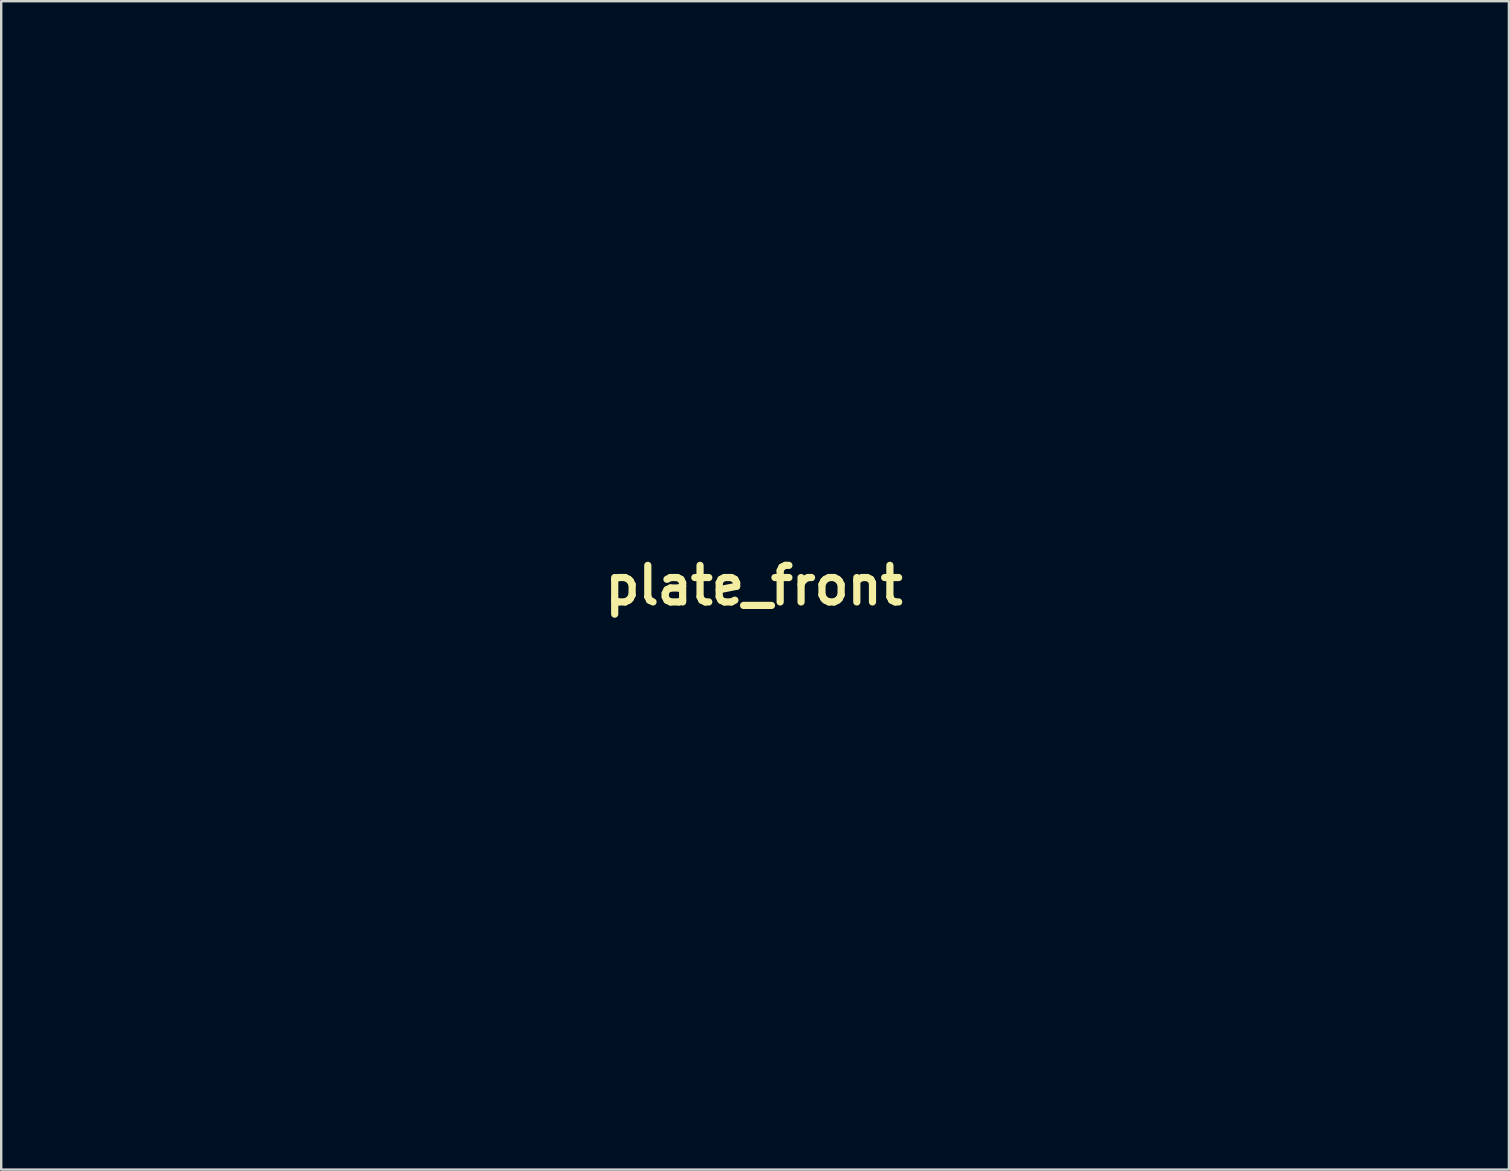
<source format=kicad_pcb>
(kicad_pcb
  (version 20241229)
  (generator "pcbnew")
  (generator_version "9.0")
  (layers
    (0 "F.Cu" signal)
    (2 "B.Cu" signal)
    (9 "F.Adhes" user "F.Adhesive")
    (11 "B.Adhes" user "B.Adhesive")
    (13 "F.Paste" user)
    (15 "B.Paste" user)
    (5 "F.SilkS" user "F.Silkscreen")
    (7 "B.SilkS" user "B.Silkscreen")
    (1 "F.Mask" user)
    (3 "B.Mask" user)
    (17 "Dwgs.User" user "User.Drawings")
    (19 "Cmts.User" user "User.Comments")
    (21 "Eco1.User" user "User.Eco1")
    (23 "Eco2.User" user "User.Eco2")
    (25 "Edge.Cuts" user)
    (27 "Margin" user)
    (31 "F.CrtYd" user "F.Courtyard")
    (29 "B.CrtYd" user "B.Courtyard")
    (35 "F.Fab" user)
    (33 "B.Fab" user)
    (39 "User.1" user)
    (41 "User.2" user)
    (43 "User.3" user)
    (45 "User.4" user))
  (footprint "plate_front"
    (layer "F.Cu")
    (at 28.368 21.341)
    (property "Reference" "plate_front" (at 0 0 0) (layer "F.SilkS") (effects (font (size 1.524 1.524) (thickness 0.3))))
    (attr through_hole)
    (fp_poly (pts (xy -19.643 4.106) (xy -19.685 4.149) (xy -19.727 4.106) (xy -19.685 4.064) (xy -19.643 4.106)) (stroke (width 0.01) (type solid)) (fill yes) (layer "F.Mask"))
    (fp_poly (pts (xy 4.252 -12.159) (xy 4.518 -12.07) (xy 4.64 -11.959) (xy 4.617 -11.854) (xy 4.448 -11.783) (xy 4.271 -11.769) (xy 4.073 -11.785) (xy 3.993 -11.858) (xy 3.979 -11.991) (xy 3.995 -12.14) (xy 4.077 -12.183) (xy 4.252 -12.159)) (stroke (width 0.01) (type solid)) (fill yes) (layer "F.Mask"))
    (fp_poly (pts (xy 4.531 -14.781) (xy 4.643 -14.693) (xy 4.61 -14.582) (xy 4.432 -14.477) (xy 4.252 -14.427) (xy 4.066 -14.402) (xy 3.992 -14.454) (xy 3.979 -14.594) (xy 4 -14.745) (xy 4.097 -14.806) (xy 4.271 -14.817) (xy 4.531 -14.781)) (stroke (width 0.01) (type solid)) (fill yes) (layer "F.Mask"))
    (fp_poly (pts (xy 4.297 -17.425) (xy 4.534 -17.375) (xy 4.614 -17.275) (xy 4.614 -17.272) (xy 4.538 -17.171) (xy 4.304 -17.119) (xy 4.297 -17.119) (xy 4.087 -17.114) (xy 3.997 -17.163) (xy 3.979 -17.272) (xy 4.002 -17.389) (xy 4.102 -17.431) (xy 4.297 -17.425)) (stroke (width 0.01) (type solid)) (fill yes) (layer "F.Mask"))
    (fp_poly (pts (xy 7.121 -14.385) (xy 7.237 -14.15) (xy 7.26 -14.026) (xy 7.18 -13.978) (xy 7.027 -13.97) (xy 6.849 -13.991) (xy 6.773 -14.041) (xy 6.773 -14.042) (xy 6.799 -14.165) (xy 6.862 -14.368) (xy 6.871 -14.393) (xy 6.968 -14.672) (xy 7.121 -14.385)) (stroke (width 0.01) (type solid)) (fill yes) (layer "F.Mask"))
    (fp_poly (pts (xy -19.418 -12.91) (xy -19.257 -12.832) (xy -19.15 -12.685) (xy -19.19 -12.541) (xy -19.357 -12.428) (xy -19.588 -12.377) (xy -19.791 -12.37) (xy -19.877 -12.426) (xy -19.896 -12.59) (xy -19.897 -12.653) (xy -19.883 -12.854) (xy -19.814 -12.938) (xy -19.659 -12.954) (xy -19.418 -12.91)) (stroke (width 0.01) (type solid)) (fill yes) (layer "F.Mask"))
    (fp_poly (pts (xy 4.508 -16.726) (xy 4.704 -16.637) (xy 4.818 -16.535) (xy 4.797 -16.46) (xy 4.704 -16.383) (xy 4.503 -16.293) (xy 4.259 -16.256) (xy 4.068 -16.272) (xy 3.992 -16.353) (xy 3.979 -16.51) (xy 3.997 -16.684) (xy 4.086 -16.753) (xy 4.259 -16.764) (xy 4.508 -16.726)) (stroke (width 0.01) (type solid)) (fill yes) (layer "F.Mask"))
    (fp_poly (pts (xy 4.508 -11.392) (xy 4.704 -11.303) (xy 4.818 -11.201) (xy 4.797 -11.126) (xy 4.704 -11.049) (xy 4.503 -10.959) (xy 4.259 -10.922) (xy 4.068 -10.938) (xy 3.992 -11.019) (xy 3.979 -11.176) (xy 3.997 -11.35) (xy 4.086 -11.419) (xy 4.259 -11.43) (xy 4.508 -11.392)) (stroke (width 0.01) (type solid)) (fill yes) (layer "F.Mask"))
    (fp_poly (pts (xy 7.037 -17.213) (xy 7.123 -17.074) (xy 7.213 -16.904) (xy 7.273 -16.764) (xy 7.281 -16.726) (xy 7.207 -16.695) (xy 7.023 -16.68) (xy 6.983 -16.679) (xy 6.684 -16.679) (xy 6.824 -16.954) (xy 6.923 -17.143) (xy 6.985 -17.252) (xy 6.99 -17.259) (xy 7.037 -17.213)) (stroke (width 0.01) (type solid)) (fill yes) (layer "F.Mask"))
    (fp_poly (pts (xy 7.037 -11.879) (xy 7.123 -11.74) (xy 7.213 -11.57) (xy 7.273 -11.43) (xy 7.281 -11.392) (xy 7.207 -11.361) (xy 7.023 -11.346) (xy 6.983 -11.345) (xy 6.684 -11.345) (xy 6.824 -11.62) (xy 6.923 -11.809) (xy 6.985 -11.918) (xy 6.99 -11.925) (xy 7.037 -11.879)) (stroke (width 0.01) (type solid)) (fill yes) (layer "F.Mask"))
    (fp_poly (pts (xy 9.715 -14.801) (xy 9.964 -14.735) (xy 10.077 -14.615) (xy 10.06 -14.479) (xy 9.921 -14.365) (xy 9.665 -14.311) (xy 9.631 -14.31) (xy 9.467 -14.332) (xy 9.405 -14.435) (xy 9.398 -14.568) (xy 9.41 -14.736) (xy 9.481 -14.803) (xy 9.659 -14.805) (xy 9.715 -14.801)) (stroke (width 0.01) (type solid)) (fill yes) (layer "F.Mask"))
    (fp_poly (pts (xy 4.595 -14.036) (xy 4.757 -13.99) (xy 4.786 -13.966) (xy 4.794 -13.829) (xy 4.668 -13.712) (xy 4.445 -13.641) (xy 4.308 -13.631) (xy 4.094 -13.644) (xy 4 -13.702) (xy 3.979 -13.836) (xy 3.979 -13.843) (xy 3.995 -13.974) (xy 4.074 -14.036) (xy 4.261 -14.054) (xy 4.355 -14.055) (xy 4.595 -14.036)) (stroke (width 0.01) (type solid)) (fill yes) (layer "F.Mask"))
    (fp_poly (pts (xy 9.663 -12.16) (xy 9.872 -12.123) (xy 10.007 -12.107) (xy 10.007 -12.107) (xy 10.059 -12.037) (xy 10.06 -11.917) (xy 10.006 -11.784) (xy 9.861 -11.719) (xy 9.716 -11.7) (xy 9.508 -11.693) (xy 9.419 -11.743) (xy 9.398 -11.89) (xy 9.398 -11.943) (xy 9.411 -12.127) (xy 9.485 -12.184) (xy 9.663 -12.16)) (stroke (width 0.01) (type solid)) (fill yes) (layer "F.Mask"))
    (fp_poly (pts (xy 9.961 -17.431) (xy 10.054 -17.383) (xy 10.063 -17.272) (xy 10.06 -17.251) (xy 10.006 -17.118) (xy 9.861 -17.053) (xy 9.716 -17.034) (xy 9.508 -17.028) (xy 9.418 -17.077) (xy 9.398 -17.21) (xy 9.398 -17.225) (xy 9.415 -17.363) (xy 9.499 -17.425) (xy 9.696 -17.441) (xy 9.743 -17.441) (xy 9.961 -17.431)) (stroke (width 0.01) (type solid)) (fill yes) (layer "F.Mask"))
    (fp_poly (pts (xy -25.434 -15.853) (xy -25.256 -15.642) (xy -25.161 -15.34) (xy -25.152 -15.005) (xy -25.233 -14.696) (xy -25.354 -14.516) (xy -25.605 -14.342) (xy -25.853 -14.334) (xy -26.079 -14.462) (xy -26.24 -14.689) (xy -26.317 -15.002) (xy -26.307 -15.336) (xy -26.204 -15.628) (xy -26.164 -15.684) (xy -25.941 -15.861) (xy -25.676 -15.922) (xy -25.434 -15.853)) (stroke (width 0.01) (type solid)) (fill yes) (layer "F.Mask"))
    (fp_poly (pts (xy -22.001 -12.729) (xy -21.963 -12.691) (xy -21.842 -12.457) (xy -21.794 -12.146) (xy -21.816 -11.821) (xy -21.906 -11.546) (xy -22.006 -11.419) (xy -22.267 -11.279) (xy -22.514 -11.305) (xy -22.737 -11.468) (xy -22.888 -11.719) (xy -22.954 -12.041) (xy -22.934 -12.37) (xy -22.825 -12.641) (xy -22.775 -12.7) (xy -22.529 -12.842) (xy -22.249 -12.851) (xy -22.001 -12.729)) (stroke (width 0.01) (type solid)) (fill yes) (layer "F.Mask"))
    (fp_poly (pts (xy 7.053 11.587) (xy 7.175 11.74) (xy 7.347 12.028) (xy 7.568 12.416) (xy 7.963 13.106) (xy 8.983 13.212) (xy 10.003 13.319) (xy 9.246 14.089) (xy 8.488 14.859) (xy 8.722 15.769) (xy 8.812 16.133) (xy 8.88 16.428) (xy 8.918 16.62) (xy 8.92 16.679) (xy 8.836 16.642) (xy 8.634 16.541) (xy 8.346 16.392) (xy 8.046 16.235) (xy 7.661 16.037) (xy 7.393 15.915) (xy 7.215 15.861) (xy 7.098 15.863) (xy 7.053 15.882) (xy 6.917 15.963) (xy 6.675 16.106) (xy 6.366 16.288) (xy 6.156 16.412) (xy 5.411 16.85) (xy 5.456 16.574) (xy 5.5 16.284) (xy 5.549 15.93) (xy 5.596 15.559) (xy 5.637 15.219) (xy 5.664 14.957) (xy 5.673 14.828) (xy 5.611 14.716) (xy 5.443 14.529) (xy 5.197 14.296) (xy 4.989 14.118) (xy 4.702 13.883) (xy 4.516 13.719) (xy 4.442 13.608) (xy 4.49 13.532) (xy 4.673 13.473) (xy 5 13.413) (xy 5.455 13.338) (xy 5.796 13.275) (xy 6.072 13.213) (xy 6.24 13.163) (xy 6.27 13.146) (xy 6.323 13.044) (xy 6.42 12.82) (xy 6.545 12.509) (xy 6.646 12.251) (xy 6.778 11.901) (xy 6.876 11.671) (xy 6.96 11.565) (xy 7.053 11.587)) (stroke (width 0.01) (type solid)) (fill yes) (layer "F.Mask"))
    (fp_poly (pts (xy -21.82 -2.439) (xy -21.535 -2.33) (xy -21.311 -2.064) (xy -21.148 -1.64) (xy -21.045 -1.059) (xy -21.002 -0.32) (xy -21 -0.102) (xy -21.044 0.83) (xy -21.166 1.633) (xy -21.364 2.302) (xy -21.638 2.829) (xy -21.952 3.182) (xy -22.24 3.352) (xy -22.519 3.359) (xy -22.812 3.201) (xy -22.857 3.165) (xy -23.088 2.919) (xy -23.251 2.613) (xy -23.316 2.371) (xy -22.098 2.371) (xy -22.081 2.505) (xy -22.017 2.492) (xy -21.996 2.472) (xy -21.938 2.357) (xy -21.996 2.269) (xy -22.072 2.227) (xy -22.097 2.33) (xy -22.098 2.371) (xy -23.316 2.371) (xy -23.358 2.214) (xy -23.42 1.69) (xy -23.427 1.566) (xy -22.691 1.566) (xy -22.664 1.713) (xy -22.606 1.736) (xy -22.527 1.613) (xy -22.521 1.566) (xy -22.575 1.424) (xy -22.606 1.397) (xy -22.668 1.427) (xy -22.691 1.566) (xy -23.427 1.566) (xy -23.43 1.524) (xy -23.424 0.866) (xy -23.375 0.401) (xy -22.773 0.401) (xy -22.748 0.545) (xy -22.696 0.593) (xy -22.61 0.523) (xy -22.564 0.424) (xy -22.545 0.244) (xy -22.599 0.13) (xy -22.697 0.131) (xy -22.756 0.236) (xy -22.773 0.401) (xy -23.375 0.401) (xy -23.349 0.151) (xy -23.328 0.042) (xy -21.675 0.042) (xy -21.648 0.189) (xy -21.59 0.212) (xy -21.511 0.089) (xy -21.505 0.042) (xy -21.559 -0.1) (xy -21.59 -0.127) (xy -21.652 -0.097) (xy -21.675 0.042) (xy -23.328 0.042) (xy -23.215 -0.556) (xy -23.033 -1.19) (xy -22.955 -1.391) (xy -22.178 -1.391) (xy -22.135 -1.283) (xy -22.103 -1.27) (xy -21.987 -1.331) (xy -21.976 -1.347) (xy -21.957 -1.473) (xy -22.004 -1.6) (xy -22.084 -1.654) (xy -22.107 -1.646) (xy -22.169 -1.54) (xy -22.178 -1.391) (xy -22.955 -1.391) (xy -22.937 -1.438) (xy -22.726 -1.816) (xy -22.461 -2.129) (xy -22.173 -2.346) (xy -21.895 -2.439) (xy -21.82 -2.439)) (stroke (width 0.01) (type solid)) (fill yes) (layer "F.Mask"))
    (fp_poly (pts (xy 11.43 -15.748) (xy 2.963 -15.748) (xy 2.963 -17.865) (xy 3.302 -17.865) (xy 3.302 -15.917) (xy 4.111 -15.917) (xy 5.674 -15.917) (xy 6.009 -15.917) (xy 6.265 -15.946) (xy 6.409 -16.045) (xy 6.435 -16.087) (xy 6.517 -16.185) (xy 6.661 -16.237) (xy 6.913 -16.255) (xy 7.025 -16.256) (xy 7.313 -16.248) (xy 7.475 -16.213) (xy 7.555 -16.14) (xy 7.578 -16.087) (xy 7.657 -15.97) (xy 7.829 -15.922) (xy 7.964 -15.917) (xy 8.174 -15.927) (xy 8.29 -15.952) (xy 8.297 -15.961) (xy 8.262 -16.049) (xy 8.164 -16.258) (xy 8.019 -16.556) (xy 7.842 -16.914) (xy 7.831 -16.935) (xy 7.365 -17.865) (xy 8.721 -17.865) (xy 8.721 -15.917) (xy 9.398 -15.917) (xy 9.398 -16.256) (xy 9.414 -16.481) (xy 9.474 -16.579) (xy 9.55 -16.595) (xy 9.691 -16.537) (xy 9.891 -16.389) (xy 10.033 -16.256) (xy 10.249 -16.054) (xy 10.428 -15.953) (xy 10.641 -15.919) (xy 10.745 -15.917) (xy 11.127 -15.917) (xy 10.718 -16.332) (xy 10.507 -16.552) (xy 10.401 -16.685) (xy 10.386 -16.764) (xy 10.448 -16.82) (xy 10.487 -16.842) (xy 10.702 -17.03) (xy 10.804 -17.273) (xy 10.792 -17.452) (xy 10.643 -17.642) (xy 10.339 -17.774) (xy 9.881 -17.848) (xy 9.443 -17.865) (xy 8.721 -17.865) (xy 7.365 -17.865) (xy 6.643 -17.865) (xy 6.158 -16.891) (xy 5.674 -15.917) (xy 4.111 -15.917) (xy 4.613 -15.932) (xy 4.966 -15.978) (xy 5.168 -16.046) (xy 5.389 -16.23) (xy 5.48 -16.46) (xy 5.428 -16.693) (xy 5.373 -16.767) (xy 5.213 -16.894) (xy 5.093 -16.933) (xy 5.029 -16.96) (xy 5.095 -17.053) (xy 5.149 -17.106) (xy 5.31 -17.326) (xy 5.305 -17.525) (xy 5.135 -17.695) (xy 4.967 -17.775) (xy 4.772 -17.817) (xy 4.466 -17.849) (xy 4.107 -17.864) (xy 4.016 -17.865) (xy 3.302 -17.865) (xy 2.963 -17.865) (xy 2.963 -18.119) (xy 11.43 -18.119) (xy 11.43 -15.748)) (stroke (width 0.01) (type solid)) (fill yes) (layer "F.Mask"))
    (fp_poly (pts (xy 11.43 -10.414) (xy 2.963 -10.414) (xy 2.963 -12.531) (xy 3.302 -12.531) (xy 3.302 -10.583) (xy 4.067 -10.583) (xy 5.674 -10.583) (xy 6.009 -10.583) (xy 6.265 -10.612) (xy 6.409 -10.711) (xy 6.435 -10.753) (xy 6.517 -10.851) (xy 6.661 -10.903) (xy 6.913 -10.921) (xy 7.025 -10.922) (xy 7.313 -10.914) (xy 7.475 -10.879) (xy 7.555 -10.806) (xy 7.578 -10.753) (xy 7.656 -10.637) (xy 7.823 -10.589) (xy 7.971 -10.583) (xy 8.176 -10.599) (xy 8.28 -10.639) (xy 8.283 -10.656) (xy 8.238 -10.758) (xy 8.135 -10.979) (xy 7.992 -11.288) (xy 7.832 -11.628) (xy 7.408 -12.527) (xy 7.026 -12.529) (xy 6.643 -12.531) (xy 8.721 -12.531) (xy 8.721 -10.583) (xy 9.398 -10.583) (xy 9.398 -10.922) (xy 9.414 -11.147) (xy 9.474 -11.245) (xy 9.55 -11.261) (xy 9.691 -11.203) (xy 9.891 -11.055) (xy 10.033 -10.922) (xy 10.249 -10.72) (xy 10.428 -10.619) (xy 10.641 -10.585) (xy 10.745 -10.583) (xy 11.127 -10.583) (xy 10.718 -10.998) (xy 10.507 -11.218) (xy 10.401 -11.351) (xy 10.386 -11.43) (xy 10.448 -11.486) (xy 10.487 -11.508) (xy 10.7 -11.693) (xy 10.804 -11.933) (xy 10.794 -12.111) (xy 10.667 -12.3) (xy 10.419 -12.43) (xy 10.035 -12.506) (xy 9.503 -12.531) (xy 9.487 -12.531) (xy 8.721 -12.531) (xy 6.643 -12.531) (xy 6.158 -11.557) (xy 5.674 -10.583) (xy 4.067 -10.583) (xy 4.536 -10.6) (xy 4.911 -10.647) (xy 5.122 -10.705) (xy 5.368 -10.871) (xy 5.481 -11.089) (xy 5.45 -11.321) (xy 5.373 -11.433) (xy 5.213 -11.56) (xy 5.093 -11.599) (xy 5.029 -11.626) (xy 5.095 -11.719) (xy 5.149 -11.772) (xy 5.307 -11.976) (xy 5.312 -12.162) (xy 5.269 -12.243) (xy 5.115 -12.382) (xy 4.858 -12.472) (xy 4.476 -12.52) (xy 4.07 -12.531) (xy 3.302 -12.531) (xy 2.963 -12.531) (xy 2.963 -12.785) (xy 11.43 -12.785) (xy 11.43 -10.414)) (stroke (width 0.01) (type solid)) (fill yes) (layer "F.Mask"))
    (fp_poly (pts (xy -6.691 10.588) (xy -6.045 10.771) (xy -5.441 11.067) (xy -4.897 11.47) (xy -4.429 11.972) (xy -4.054 12.565) (xy -3.791 13.243) (xy -3.655 13.997) (xy -3.641 14.352) (xy -3.719 15.141) (xy -3.942 15.867) (xy -4.294 16.517) (xy -4.76 17.078) (xy -5.324 17.535) (xy -5.97 17.874) (xy -6.682 18.082) (xy -7.444 18.144) (xy -7.916 18.107) (xy -8.566 17.938) (xy -9.2 17.632) (xy -9.782 17.215) (xy -10.272 16.714) (xy -10.618 16.187) (xy -10.925 15.411) (xy -11.04 14.791) (xy -4.415 14.791) (xy -4.4 15.032) (xy -4.368 15.142) (xy -4.256 15.235) (xy -4.151 15.166) (xy -4.101 15.053) (xy -4.089 14.888) (xy -4.137 14.835) (xy -4.226 14.732) (xy -4.231 14.564) (xy -4.164 14.404) (xy -4.064 14.333) (xy -3.924 14.267) (xy -3.906 14.143) (xy -3.946 14.019) (xy -4.055 13.899) (xy -4.2 13.919) (xy -4.313 14.046) (xy -4.369 14.231) (xy -4.404 14.502) (xy -4.415 14.791) (xy -11.04 14.791) (xy -11.07 14.629) (xy -11.056 13.857) (xy -10.974 13.504) (xy -10.438 13.504) (xy -10.151 13.233) (xy -9.942 13.065) (xy -9.64 12.855) (xy -9.297 12.64) (xy -9.188 12.577) (xy -8.806 12.372) (xy -8.514 12.252) (xy -8.266 12.198) (xy -8.13 12.19) (xy -7.876 12.177) (xy -7.515 12.143) (xy -7.106 12.094) (xy -6.9 12.066) (xy -6.535 12.013) (xy -6.231 11.97) (xy -6.028 11.942) (xy -5.969 11.935) (xy -5.99 11.908) (xy -6.137 11.849) (xy -6.265 11.807) (xy -6.692 11.722) (xy -7.221 11.691) (xy -7.795 11.714) (xy -8.354 11.789) (xy -8.618 11.847) (xy -9.22 12.069) (xy -9.698 12.396) (xy -10.075 12.845) (xy -10.196 13.05) (xy -10.438 13.504) (xy -10.974 13.504) (xy -10.884 13.112) (xy -10.557 12.41) (xy -10.078 11.768) (xy -9.952 11.636) (xy -9.353 11.14) (xy -8.71 10.794) (xy -8.041 10.592) (xy -7.362 10.526) (xy -6.691 10.588)) (stroke (width 0.01) (type solid)) (fill yes) (layer "F.Mask"))
    (fp_poly (pts (xy -17.116 -2.296) (xy -16.936 -2.038) (xy -16.79 -1.674) (xy -16.695 -1.243) (xy -16.648 -0.719) (xy -16.648 -0.075) (xy -16.673 0.466) (xy -16.734 1.17) (xy -16.824 1.737) (xy -16.954 2.196) (xy -17.132 2.577) (xy -17.368 2.911) (xy -17.464 3.02) (xy -17.76 3.282) (xy -18.031 3.386) (xy -18.298 3.337) (xy -18.44 3.254) (xy -18.678 2.994) (xy -18.875 2.587) (xy -18.203 2.587) (xy -18.162 2.675) (xy -18.119 2.667) (xy -18.037 2.559) (xy -18.034 2.535) (xy -18.099 2.458) (xy -18.119 2.455) (xy -18.193 2.524) (xy -18.203 2.587) (xy -18.875 2.587) (xy -18.875 2.587) (xy -19.023 2.05) (xy -19.072 1.765) (xy -19.076 1.736) (xy -17.526 1.736) (xy -17.5 1.883) (xy -17.441 1.905) (xy -17.363 1.782) (xy -17.357 1.736) (xy -17.41 1.594) (xy -17.441 1.566) (xy -17.504 1.597) (xy -17.526 1.736) (xy -19.076 1.736) (xy -19.11 1.476) (xy -19.127 1.232) (xy -19.126 1.185) (xy -18.373 1.185) (xy -18.334 1.32) (xy -18.267 1.333) (xy -18.169 1.23) (xy -18.161 1.185) (xy -18.228 1.058) (xy -18.267 1.037) (xy -18.352 1.076) (xy -18.373 1.185) (xy -19.126 1.185) (xy -19.119 0.99) (xy -19.084 0.705) (xy -19.018 0.335) (xy -18.938 -0.068) (xy -18.916 -0.164) (xy -18.034 -0.164) (xy -18.003 -0.046) (xy -17.953 -0.04) (xy -17.907 -0.15) (xy -17.92 -0.214) (xy -17.986 -0.33) (xy -18.026 -0.28) (xy -18.034 -0.164) (xy -18.916 -0.164) (xy -18.777 -0.766) (xy -18.739 -0.889) (xy -17.357 -0.889) (xy -17.311 -0.776) (xy -17.272 -0.762) (xy -17.197 -0.831) (xy -17.187 -0.889) (xy -17.233 -1.002) (xy -17.272 -1.016) (xy -17.347 -0.947) (xy -17.357 -0.889) (xy -18.739 -0.889) (xy -18.606 -1.316) (xy -18.553 -1.434) (xy -18.119 -1.434) (xy -18.087 -1.316) (xy -18.038 -1.31) (xy -17.992 -1.42) (xy -18.004 -1.484) (xy -18.071 -1.6) (xy -18.111 -1.55) (xy -18.119 -1.434) (xy -18.553 -1.434) (xy -18.416 -1.739) (xy -18.197 -2.056) (xy -17.986 -2.254) (xy -17.659 -2.433) (xy -17.367 -2.446) (xy -17.116 -2.296)) (stroke (width 0.01) (type solid)) (fill yes) (layer "F.Mask"))
    (fp_poly (pts (xy -16.919 10.14) (xy -16.888 10.142) (xy -16.044 10.202) (xy -16.019 10.835) (xy -16.015 11.202) (xy -16.048 11.483) (xy -16.133 11.758) (xy -16.245 12.02) (xy -16.464 12.668) (xy -16.561 13.384) (xy -16.536 14.18) (xy -16.387 15.07) (xy -16.204 15.775) (xy -15.986 16.522) (xy -16.176 17.029) (xy -16.301 17.324) (xy -16.441 17.534) (xy -16.646 17.72) (xy -16.857 17.871) (xy -17.149 18.055) (xy -17.394 18.163) (xy -17.669 18.221) (xy -17.967 18.248) (xy -18.297 18.265) (xy -18.536 18.249) (xy -18.755 18.186) (xy -19.024 18.061) (xy -19.155 17.993) (xy -19.471 17.815) (xy -19.679 17.655) (xy -19.83 17.467) (xy -19.945 17.261) (xy -20.061 17.016) (xy -20.117 16.825) (xy -20.12 16.62) (xy -20.08 16.33) (xy -20.077 16.311) (xy -19.507 16.311) (xy -19.477 16.649) (xy -19.389 16.982) (xy -19.27 17.216) (xy -19.101 17.397) (xy -18.889 17.567) (xy -18.699 17.677) (xy -18.647 17.692) (xy -18.683 17.633) (xy -18.802 17.474) (xy -18.977 17.247) (xy -19.006 17.209) (xy -19.213 16.93) (xy -19.33 16.718) (xy -19.382 16.512) (xy -19.395 16.298) (xy -19.406 16.064) (xy -19.433 15.991) (xy -19.467 16.044) (xy -19.507 16.311) (xy -20.077 16.311) (xy -20.069 16.266) (xy -19.897 15.542) (xy -19.623 14.832) (xy -19.229 14.1) (xy -18.915 13.614) (xy -18.589 13.109) (xy -18.346 12.67) (xy -18.191 12.314) (xy -18.134 12.058) (xy -18.156 11.946) (xy -18.29 11.864) (xy -18.531 11.816) (xy -18.821 11.807) (xy -19.1 11.844) (xy -19.124 11.851) (xy -19.441 12.002) (xy -19.653 12.266) (xy -19.773 12.645) (xy -19.831 12.954) (xy -20.913 12.954) (xy -20.913 11.818) (xy -20.916 11.388) (xy -20.926 11.012) (xy -20.94 10.727) (xy -20.957 10.569) (xy -20.961 10.555) (xy -20.948 10.47) (xy -20.819 10.398) (xy -20.552 10.327) (xy -20.279 10.273) (xy -20.094 10.273) (xy -19.924 10.338) (xy -19.749 10.443) (xy -19.524 10.57) (xy -19.337 10.621) (xy -19.105 10.61) (xy -18.951 10.587) (xy -18.421 10.469) (xy -18.033 10.317) (xy -17.862 10.2) (xy -17.762 10.146) (xy -17.593 10.119) (xy -17.323 10.118) (xy -16.919 10.14)) (stroke (width 0.01) (type solid)) (fill yes) (layer "F.Mask"))
    (fp_poly (pts (xy 11.43 -13.039) (xy 2.963 -13.039) (xy 2.963 -15.155) (xy 3.302 -15.155) (xy 3.302 -13.185) (xy 4.154 -13.226) (xy 4.582 -13.254) (xy 4.808 -13.284) (xy 5.757 -13.284) (xy 5.832 -13.234) (xy 6.015 -13.209) (xy 6.055 -13.208) (xy 6.283 -13.237) (xy 6.413 -13.349) (xy 6.45 -13.42) (xy 6.527 -13.544) (xy 6.645 -13.608) (xy 6.855 -13.63) (xy 7 -13.631) (xy 7.272 -13.622) (xy 7.427 -13.581) (xy 7.516 -13.487) (xy 7.551 -13.42) (xy 7.652 -13.274) (xy 7.817 -13.215) (xy 7.972 -13.208) (xy 8.179 -13.223) (xy 8.291 -13.259) (xy 8.298 -13.271) (xy 8.263 -13.368) (xy 8.169 -13.585) (xy 8.028 -13.89) (xy 7.859 -14.245) (xy 7.42 -15.155) (xy 8.721 -15.155) (xy 8.721 -13.198) (xy 9.038 -13.224) (xy 9.238 -13.251) (xy 9.334 -13.322) (xy 9.372 -13.488) (xy 9.382 -13.61) (xy 9.422 -13.847) (xy 9.491 -13.964) (xy 9.512 -13.97) (xy 9.623 -13.913) (xy 9.805 -13.766) (xy 9.991 -13.589) (xy 10.217 -13.373) (xy 10.394 -13.258) (xy 10.579 -13.214) (xy 10.728 -13.208) (xy 10.949 -13.221) (xy 11.078 -13.252) (xy 11.091 -13.269) (xy 11.036 -13.355) (xy 10.892 -13.524) (xy 10.692 -13.734) (xy 10.508 -13.935) (xy 10.401 -14.08) (xy 10.393 -14.139) (xy 10.396 -14.139) (xy 10.547 -14.205) (xy 10.709 -14.358) (xy 10.82 -14.532) (xy 10.837 -14.609) (xy 10.781 -14.754) (xy 10.644 -14.932) (xy 10.63 -14.948) (xy 10.522 -15.043) (xy 10.403 -15.103) (xy 10.234 -15.137) (xy 9.975 -15.152) (xy 9.587 -15.155) (xy 9.571 -15.155) (xy 8.721 -15.155) (xy 7.42 -15.155) (xy 6.596 -15.155) (xy 6.177 -14.258) (xy 6.012 -13.898) (xy 5.877 -13.594) (xy 5.788 -13.377) (xy 5.757 -13.284) (xy 4.808 -13.284) (xy 4.878 -13.293) (xy 5.083 -13.351) (xy 5.232 -13.436) (xy 5.233 -13.437) (xy 5.439 -13.658) (xy 5.476 -13.888) (xy 5.345 -14.122) (xy 5.297 -14.17) (xy 5.159 -14.314) (xy 5.142 -14.405) (xy 5.206 -14.477) (xy 5.323 -14.663) (xy 5.289 -14.869) (xy 5.146 -15.024) (xy 4.992 -15.092) (xy 4.746 -15.134) (xy 4.378 -15.153) (xy 4.13 -15.155) (xy 3.302 -15.155) (xy 2.963 -15.155) (xy 2.963 -15.409) (xy 11.43 -15.409) (xy 11.43 -13.039)) (stroke (width 0.01) (type solid)) (fill yes) (layer "F.Mask"))
    (fp_poly (pts (xy -22.341 10.249) (xy -21.975 10.278) (xy -21.823 10.299) (xy -21.505 10.351) (xy -21.505 10.964) (xy -21.524 11.374) (xy -21.592 11.714) (xy -21.731 12.079) (xy -21.748 12.117) (xy -21.96 12.742) (xy -22.058 13.43) (xy -22.041 14.198) (xy -21.91 15.06) (xy -21.706 15.889) (xy -21.486 16.666) (xy -21.682 17.17) (xy -21.799 17.444) (xy -21.925 17.638) (xy -22.104 17.804) (xy -22.381 17.994) (xy -22.428 18.024) (xy -22.775 18.226) (xy -23.049 18.335) (xy -23.3 18.372) (xy -23.335 18.373) (xy -23.586 18.38) (xy -23.774 18.4) (xy -23.806 18.407) (xy -23.93 18.388) (xy -24.163 18.31) (xy -24.461 18.187) (xy -24.566 18.139) (xy -24.889 17.982) (xy -25.099 17.854) (xy -25.241 17.715) (xy -25.358 17.528) (xy -25.441 17.36) (xy -25.563 17.091) (xy -25.62 16.892) (xy -25.622 16.69) (xy -25.578 16.411) (xy -25.565 16.345) (xy -24.958 16.345) (xy -24.938 16.611) (xy -24.936 16.637) (xy -24.891 16.946) (xy -24.813 17.158) (xy -24.668 17.347) (xy -24.552 17.462) (xy -24.361 17.639) (xy -24.222 17.754) (xy -24.178 17.78) (xy -24.201 17.717) (xy -24.302 17.552) (xy -24.459 17.318) (xy -24.471 17.3) (xy -24.643 17.024) (xy -24.765 16.77) (xy -24.809 16.602) (xy -24.843 16.383) (xy -24.899 16.256) (xy -24.945 16.231) (xy -24.958 16.345) (xy -25.565 16.345) (xy -25.564 16.336) (xy -25.47 16.002) (xy -24.892 16.002) (xy -24.861 16.072) (xy -24.836 16.058) (xy -24.825 15.958) (xy -24.836 15.946) (xy -24.886 15.957) (xy -24.892 16.002) (xy -25.47 16.002) (xy -25.286 15.344) (xy -24.843 14.387) (xy -24.406 13.696) (xy -24.092 13.22) (xy -23.848 12.779) (xy -23.686 12.401) (xy -23.622 12.118) (xy -23.622 12.098) (xy -23.697 12.015) (xy -23.888 11.953) (xy -24.14 11.922) (xy -24.401 11.928) (xy -24.532 11.953) (xy -24.913 12.12) (xy -25.156 12.383) (xy -25.264 12.705) (xy -25.313 12.922) (xy -25.395 13.018) (xy -25.549 13.04) (xy -25.795 13.055) (xy -26.078 13.09) (xy -26.099 13.093) (xy -26.416 13.145) (xy -26.416 10.513) (xy -25.995 10.422) (xy -25.729 10.376) (xy -25.548 10.388) (xy -25.37 10.473) (xy -25.254 10.549) (xy -25.012 10.687) (xy -24.792 10.731) (xy -24.553 10.711) (xy -24.111 10.629) (xy -23.751 10.527) (xy -23.508 10.414) (xy -23.441 10.358) (xy -23.309 10.3) (xy -23.052 10.262) (xy -22.715 10.244) (xy -22.341 10.249)) (stroke (width 0.01) (type solid)) (fill yes) (layer "F.Mask"))
    (fp_poly (pts (xy 21.588 -19.844) (xy 21.755 -19.718) (xy 21.839 -19.65) (xy 22.131 -19.408) (xy 21.779 -18.799) (xy 21.604 -18.471) (xy 21.463 -18.155) (xy 21.382 -17.912) (xy 21.375 -17.879) (xy 21.324 -17.568) (xy 21.52 -17.897) (xy 21.629 -18.054) (xy 21.762 -18.18) (xy 21.954 -18.298) (xy 22.243 -18.43) (xy 22.553 -18.556) (xy 23.389 -18.888) (xy 24.185 -18.573) (xy 24.51 -18.436) (xy 24.757 -18.317) (xy 24.897 -18.23) (xy 24.915 -18.196) (xy 24.81 -18.138) (xy 24.588 -18.04) (xy 24.294 -17.921) (xy 24.211 -17.888) (xy 23.944 -17.769) (xy 23.638 -17.608) (xy 23.325 -17.425) (xy 23.035 -17.241) (xy 22.802 -17.075) (xy 22.656 -16.948) (xy 22.629 -16.882) (xy 22.718 -16.889) (xy 22.917 -16.936) (xy 23.068 -16.979) (xy 23.454 -17.075) (xy 23.752 -17.088) (xy 24.024 -17.015) (xy 24.264 -16.891) (xy 24.578 -16.631) (xy 24.831 -16.248) (xy 25.03 -15.728) (xy 25.183 -15.057) (xy 25.186 -15.038) (xy 25.252 -14.633) (xy 25.291 -14.3) (xy 25.304 -13.996) (xy 25.288 -13.677) (xy 25.243 -13.3) (xy 25.166 -12.822) (xy 25.114 -12.522) (xy 24.931 -11.646) (xy 24.702 -10.875) (xy 24.56 -10.495) (xy 24.29 -9.876) (xy 24.031 -9.41) (xy 23.764 -9.087) (xy 23.473 -8.893) (xy 23.139 -8.816) (xy 22.746 -8.844) (xy 22.355 -8.939) (xy 21.781 -9.056) (xy 21.269 -9.039) (xy 20.8 -8.897) (xy 20.312 -8.755) (xy 19.83 -8.738) (xy 19.431 -8.838) (xy 19.006 -9.1) (xy 18.591 -9.513) (xy 18.244 -9.984) (xy 18.085 -10.229) (xy 17.96 -10.437) (xy 17.855 -10.641) (xy 17.756 -10.872) (xy 17.651 -11.164) (xy 17.525 -11.548) (xy 17.365 -12.057) (xy 17.336 -12.15) (xy 17.186 -12.652) (xy 17.096 -13.003) (xy 18.309 -13.003) (xy 18.321 -12.917) (xy 18.375 -12.707) (xy 18.46 -12.412) (xy 18.505 -12.267) (xy 18.716 -11.717) (xy 19 -11.162) (xy 19.329 -10.646) (xy 19.674 -10.214) (xy 19.967 -9.94) (xy 20.184 -9.782) (xy 20.346 -9.677) (xy 20.403 -9.652) (xy 20.481 -9.718) (xy 20.568 -9.852) (xy 20.615 -9.967) (xy 20.6 -10.071) (xy 20.504 -10.202) (xy 20.305 -10.399) (xy 20.242 -10.458) (xy 20.008 -10.675) (xy 19.812 -10.855) (xy 19.698 -10.956) (xy 19.613 -11.059) (xy 19.459 -11.277) (xy 19.256 -11.58) (xy 19.024 -11.938) (xy 18.96 -12.039) (xy 18.732 -12.395) (xy 18.538 -12.69) (xy 18.394 -12.9) (xy 18.317 -12.999) (xy 18.309 -13.003) (xy 17.096 -13.003) (xy 17.085 -13.044) (xy 17.027 -13.371) (xy 17 -13.681) (xy 16.996 -13.928) (xy 17.075 -14.716) (xy 17.311 -15.45) (xy 17.608 -15.998) (xy 17.961 -16.429) (xy 18.394 -16.768) (xy 18.873 -17.004) (xy 19.369 -17.127) (xy 19.85 -17.125) (xy 20.285 -16.988) (xy 20.342 -16.956) (xy 20.659 -16.77) (xy 20.657 -17.296) (xy 20.669 -17.563) (xy 20.714 -17.835) (xy 20.801 -18.154) (xy 20.942 -18.561) (xy 21.054 -18.86) (xy 21.206 -19.244) (xy 21.338 -19.564) (xy 21.439 -19.789) (xy 21.495 -19.891) (xy 21.5 -19.894) (xy 21.588 -19.844)) (stroke (width 0.01) (type solid)) (fill yes) (layer "F.Mask"))
    (fp_poly (pts (xy -6.793 -17.032) (xy -5.908 -16.828) (xy -5.096 -16.497) (xy -4.384 -16.048) (xy -4.338 -16.012) (xy -3.91 -15.616) (xy -3.547 -15.174) (xy -3.287 -14.732) (xy -3.211 -14.545) (xy -3.142 -14.343) (xy -3.099 -14.232) (xy -3.094 -14.224) (xy -3.014 -14.248) (xy -2.807 -14.311) (xy -2.509 -14.404) (xy -2.291 -14.472) (xy -1.499 -14.72) (xy -1.345 -14.536) (xy -1.224 -14.272) (xy -1.188 -13.952) (xy -1.185 -13.554) (xy -1.799 -13.375) (xy -2.151 -13.272) (xy -2.486 -13.175) (xy -2.73 -13.104) (xy -2.731 -13.104) (xy -2.933 -13.024) (xy -3.042 -12.939) (xy -3.048 -12.919) (xy -3.082 -12.801) (xy -3.172 -12.578) (xy -3.298 -12.299) (xy -3.302 -12.291) (xy -3.682 -11.679) (xy -4.196 -11.144) (xy -4.823 -10.695) (xy -5.542 -10.341) (xy -6.331 -10.088) (xy -7.171 -9.946) (xy -8.04 -9.922) (xy -8.918 -10.025) (xy -9.017 -10.045) (xy -9.791 -10.274) (xy -10.512 -10.614) (xy -11.153 -11.047) (xy -11.689 -11.554) (xy -12.091 -12.115) (xy -12.161 -12.247) (xy -12.282 -12.517) (xy -12.355 -12.756) (xy -12.392 -13.025) (xy -12.403 -13.386) (xy -12.404 -13.504) (xy -12.403 -13.542) (xy -7.05 -13.542) (xy -6.946 -13.5) (xy -6.713 -13.43) (xy -6.386 -13.341) (xy -6.032 -13.252) (xy -5.659 -13.156) (xy -5.355 -13.07) (xy -5.153 -13.003) (xy -5.085 -12.965) (xy -5.148 -12.89) (xy -5.312 -12.737) (xy -5.546 -12.533) (xy -5.647 -12.448) (xy -6.203 -11.984) (xy -5.494 -11.8) (xy -5.114 -11.702) (xy -4.854 -11.643) (xy -4.667 -11.625) (xy -4.506 -11.647) (xy -4.327 -11.711) (xy -4.084 -11.816) (xy -3.807 -11.945) (xy -3.641 -12.061) (xy -3.539 -12.212) (xy -3.453 -12.446) (xy -3.451 -12.451) (xy -3.384 -12.718) (xy -3.378 -12.885) (xy -3.398 -12.919) (xy -3.43 -13.019) (xy -3.451 -13.251) (xy -3.46 -13.575) (xy -3.458 -13.829) (xy -3.458 -14.345) (xy -3.493 -14.718) (xy -3.575 -14.973) (xy -3.718 -15.135) (xy -3.932 -15.228) (xy -4.166 -15.269) (xy -4.482 -15.297) (xy -4.882 -15.316) (xy -5.278 -15.324) (xy -5.281 -15.324) (xy -5.947 -15.325) (xy -5.641 -14.951) (xy -5.474 -14.735) (xy -5.365 -14.57) (xy -5.338 -14.506) (xy -5.412 -14.444) (xy -5.609 -14.329) (xy -5.899 -14.178) (xy -6.228 -14.018) (xy -6.57 -13.849) (xy -6.839 -13.703) (xy -7.007 -13.595) (xy -7.05 -13.542) (xy -12.403 -13.542) (xy -12.397 -13.899) (xy -12.368 -14.186) (xy -12.306 -14.428) (xy -12.198 -14.686) (xy -12.155 -14.774) (xy -11.794 -15.338) (xy -10.456 -15.338) (xy -9.356 -15.671) (xy -8.913 -15.802) (xy -8.496 -15.921) (xy -8.147 -16.016) (xy -7.911 -16.074) (xy -7.891 -16.078) (xy -7.622 -16.14) (xy -7.513 -16.189) (xy -7.567 -16.231) (xy -7.787 -16.27) (xy -7.989 -16.294) (xy -8.633 -16.315) (xy -9.177 -16.222) (xy -9.653 -16.006) (xy -9.997 -15.747) (xy -10.456 -15.338) (xy -11.794 -15.338) (xy -11.769 -15.377) (xy -11.245 -15.908) (xy -10.605 -16.354) (xy -9.868 -16.705) (xy -9.056 -16.952) (xy -8.188 -17.083) (xy -7.721 -17.101) (xy -6.793 -17.032)) (stroke (width 0.01) (type solid)) (fill yes) (layer "F.Mask"))
    (fp_poly (pts (xy 7.06 9.88) (xy 7.13 10.005) (xy 7.264 10.249) (xy 7.446 10.583) (xy 7.662 10.977) (xy 7.793 11.218) (xy 8.438 12.404) (xy 9.913 12.562) (xy 10.393 12.616) (xy 10.812 12.664) (xy 11.141 12.706) (xy 11.353 12.736) (xy 11.42 12.75) (xy 11.375 12.817) (xy 11.23 12.986) (xy 11.004 13.235) (xy 10.713 13.546) (xy 10.425 13.848) (xy 10.091 14.202) (xy 9.802 14.52) (xy 9.578 14.779) (xy 9.437 14.957) (xy 9.398 15.029) (xy 9.415 15.145) (xy 9.461 15.398) (xy 9.531 15.755) (xy 9.619 16.188) (xy 9.689 16.522) (xy 9.785 16.98) (xy 9.865 17.376) (xy 9.925 17.682) (xy 9.959 17.87) (xy 9.964 17.918) (xy 9.887 17.888) (xy 9.682 17.795) (xy 9.375 17.653) (xy 8.99 17.471) (xy 8.644 17.306) (xy 8.208 17.099) (xy 7.822 16.921) (xy 7.511 16.784) (xy 7.305 16.7) (xy 7.234 16.679) (xy 7.126 16.72) (xy 6.901 16.831) (xy 6.589 16.997) (xy 6.219 17.202) (xy 6.083 17.28) (xy 5.684 17.509) (xy 5.318 17.716) (xy 5.02 17.884) (xy 4.825 17.991) (xy 4.794 18.008) (xy 4.55 18.134) (xy 4.6 17.851) (xy 4.63 17.658) (xy 4.674 17.34) (xy 4.728 16.943) (xy 4.784 16.51) (xy 4.838 16.091) (xy 4.887 15.721) (xy 4.926 15.44) (xy 4.951 15.286) (xy 4.951 15.282) (xy 4.933 15.189) (xy 4.839 15.049) (xy 4.656 14.847) (xy 4.372 14.57) (xy 3.974 14.202) (xy 3.857 14.097) (xy 3.497 13.771) (xy 3.186 13.487) (xy 3.022 13.335) (xy 3.457 13.335) (xy 3.531 13.422) (xy 3.707 13.589) (xy 3.954 13.807) (xy 4.135 13.959) (xy 4.441 14.214) (xy 4.725 14.451) (xy 4.943 14.633) (xy 5.016 14.694) (xy 5.248 14.889) (xy 5.079 16.134) (xy 5.008 16.67) (xy 4.958 17.06) (xy 4.928 17.327) (xy 4.916 17.493) (xy 4.919 17.579) (xy 4.937 17.609) (xy 4.944 17.611) (xy 5.025 17.57) (xy 5.225 17.456) (xy 5.519 17.286) (xy 5.882 17.073) (xy 6.109 16.938) (xy 7.239 16.266) (xy 7.747 16.546) (xy 8.326 16.865) (xy 8.774 17.108) (xy 9.104 17.281) (xy 9.334 17.394) (xy 9.477 17.452) (xy 9.55 17.465) (xy 9.567 17.445) (xy 9.547 17.332) (xy 9.493 17.087) (xy 9.411 16.741) (xy 9.309 16.328) (xy 9.263 16.146) (xy 8.959 14.944) (xy 9.942 14.012) (xy 10.275 13.694) (xy 10.559 13.416) (xy 10.775 13.199) (xy 10.9 13.064) (xy 10.924 13.03) (xy 10.845 12.998) (xy 10.64 12.961) (xy 10.35 12.926) (xy 10.308 12.922) (xy 9.915 12.883) (xy 9.448 12.831) (xy 9.001 12.778) (xy 8.954 12.772) (xy 8.214 12.678) (xy 7.609 11.629) (xy 7.388 11.25) (xy 7.194 10.927) (xy 7.044 10.686) (xy 6.954 10.554) (xy 6.94 10.539) (xy 6.888 10.599) (xy 6.787 10.791) (xy 6.651 11.088) (xy 6.491 11.464) (xy 6.41 11.662) (xy 5.945 12.825) (xy 4.687 13.037) (xy 4.236 13.119) (xy 3.865 13.198) (xy 3.601 13.266) (xy 3.468 13.319) (xy 3.457 13.335) (xy 3.022 13.335) (xy 2.943 13.262) (xy 2.789 13.116) (xy 2.742 13.066) (xy 2.825 13.046) (xy 3.047 13.002) (xy 3.382 12.937) (xy 3.802 12.858) (xy 4.192 12.786) (xy 4.669 12.693) (xy 5.09 12.602) (xy 5.426 12.521) (xy 5.647 12.455) (xy 5.721 12.42) (xy 5.785 12.312) (xy 5.903 12.077) (xy 6.063 11.743) (xy 6.25 11.338) (xy 6.392 11.023) (xy 6.61 10.543) (xy 6.772 10.203) (xy 6.889 9.985) (xy 6.97 9.872) (xy 7.027 9.847) (xy 7.06 9.88)) (stroke (width 0.01) (type solid)) (fill yes) (layer "F.Mask"))
    (fp_poly (pts (xy 28.448 21.336) (xy -28.363 21.336) (xy -28.363 7.197) (xy -28.025 7.197) (xy -28.025 21.083) (xy -13.885 21.083) (xy 0.254 21.083) (xy 7.133 21.061) (xy 14.012 21.04) (xy 14.012 17.081) (xy 14.324 17.081) (xy 14.324 17.959) (xy 14.325 18.75) (xy 14.327 19.442) (xy 14.331 20.022) (xy 14.335 20.476) (xy 14.34 20.791) (xy 14.345 20.956) (xy 14.348 20.977) (xy 14.387 20.996) (xy 14.494 21.014) (xy 14.678 21.028) (xy 14.948 21.04) (xy 15.315 21.05) (xy 15.786 21.057) (xy 16.372 21.063) (xy 17.081 21.066) (xy 17.922 21.067) (xy 18.906 21.067) (xy 20.041 21.065) (xy 21.27 21.061) (xy 28.152 21.04) (xy 28.152 7.239) (xy 14.351 7.239) (xy 14.329 14.055) (xy 14.326 15.116) (xy 14.324 16.129) (xy 14.324 17.081) (xy 14.012 17.081) (xy 14.012 7.239) (xy 7.133 7.217) (xy 0.254 7.196) (xy 0.254 21.083) (xy -13.885 21.083) (xy -7.006 21.061) (xy -0.127 21.04) (xy -0.127 7.239) (xy -7.006 7.217) (xy -13.885 7.196) (xy -13.885 21.083) (xy -28.025 21.083) (xy -21.145 21.061) (xy -14.266 21.04) (xy -14.245 14.118) (xy -14.223 7.197) (xy -28.025 7.197) (xy -28.363 7.197) (xy -28.363 2.941) (xy -28.094 2.941) (xy -28.094 3.819) (xy -28.093 4.611) (xy -28.091 5.303) (xy -28.087 5.882) (xy -28.083 6.336) (xy -28.078 6.652) (xy -28.073 6.817) (xy -28.07 6.837) (xy -28.031 6.857) (xy -27.924 6.874) (xy -27.74 6.889) (xy -27.47 6.901) (xy -27.103 6.91) (xy -26.632 6.918) (xy -26.046 6.923) (xy -25.337 6.927) (xy -24.496 6.928) (xy -23.512 6.928) (xy -22.377 6.925) (xy -21.148 6.922) (xy -14.266 6.9) (xy -14.266 -6.9) (xy -28.067 -6.9) (xy -28.089 -0.085) (xy -28.092 0.976) (xy -28.094 1.989) (xy -28.094 2.941) (xy -28.363 2.941) (xy -28.363 -6.943) (xy -13.97 -6.943) (xy -13.97 6.943) (xy 14.055 6.943) (xy 14.055 2.941) (xy 14.324 2.941) (xy 14.324 3.819) (xy 14.325 4.611) (xy 14.327 5.303) (xy 14.331 5.882) (xy 14.335 6.336) (xy 14.339 6.652) (xy 14.345 6.816) (xy 14.348 6.837) (xy 14.388 6.857) (xy 14.498 6.874) (xy 14.688 6.889) (xy 14.967 6.902) (xy 15.343 6.913) (xy 15.826 6.922) (xy 16.425 6.929) (xy 17.149 6.934) (xy 18.007 6.938) (xy 19.009 6.941) (xy 20.163 6.942) (xy 21.249 6.943) (xy 28.109 6.943) (xy 28.109 -6.944) (xy 21.23 -6.922) (xy 14.351 -6.9) (xy 14.329 -0.085) (xy 14.326 0.976) (xy 14.324 1.989) (xy 14.324 2.941) (xy 14.055 2.941) (xy 14.055 -6.943) (xy -13.97 -6.943) (xy -28.363 -6.943) (xy -28.363 -11.198) (xy -28.094 -11.198) (xy -28.094 -10.32) (xy -28.093 -9.529) (xy -28.091 -8.837) (xy -28.087 -8.257) (xy -28.083 -7.803) (xy -28.079 -7.488) (xy -28.073 -7.323) (xy -28.07 -7.303) (xy -28.03 -7.283) (xy -27.92 -7.265) (xy -27.73 -7.25) (xy -27.451 -7.237) (xy -27.075 -7.227) (xy -26.592 -7.218) (xy -25.993 -7.211) (xy -25.269 -7.205) (xy -24.411 -7.201) (xy -23.409 -7.198) (xy -22.255 -7.197) (xy -21.169 -7.197) (xy -14.309 -7.197) (xy -13.971 -7.197) (xy -0.169 -7.197) (xy -0.169 -21.082) (xy 0.169 -21.082) (xy 0.169 -7.197) (xy 13.97 -7.197) (xy 14.308 -7.197) (xy 28.109 -7.197) (xy 28.109 -21.083) (xy 21.23 -21.061) (xy 14.351 -21.04) (xy 14.329 -14.118) (xy 14.308 -7.197) (xy 13.97 -7.197) (xy 13.97 -21.082) (xy 0.169 -21.082) (xy -0.169 -21.082) (xy -0.169 -21.083) (xy -7.048 -21.061) (xy -13.928 -21.04) (xy -13.949 -14.118) (xy -13.971 -7.197) (xy -14.309 -7.197) (xy -14.309 -21.083) (xy -21.188 -21.061) (xy -28.067 -21.04) (xy -28.089 -14.224) (xy -28.092 -13.163) (xy -28.094 -12.15) (xy -28.094 -11.198) (xy -28.363 -11.198) (xy -28.363 -21.336) (xy 28.448 -21.336) (xy 28.448 21.336)) (stroke (width 0.01) (type solid)) (fill yes) (layer "F.Mask"))
    (fp_poly (pts (xy 20.356 8.989) (xy 20.794 9.246) (xy 21.237 9.653) (xy 21.323 9.748) (xy 21.464 9.939) (xy 21.561 10.122) (xy 21.6 10.26) (xy 21.569 10.314) (xy 21.515 10.293) (xy 21.404 10.308) (xy 21.237 10.407) (xy 21.227 10.415) (xy 21.049 10.533) (xy 20.919 10.583) (xy 20.917 10.583) (xy 20.922 10.642) (xy 21.018 10.798) (xy 21.187 11.021) (xy 21.245 11.092) (xy 21.49 11.404) (xy 21.723 11.732) (xy 21.893 12.002) (xy 22.061 12.288) (xy 22.263 12.611) (xy 22.474 12.937) (xy 22.673 13.231) (xy 22.836 13.458) (xy 22.941 13.584) (xy 22.955 13.595) (xy 23.067 13.582) (xy 23.245 13.489) (xy 23.276 13.467) (xy 23.621 13.321) (xy 24.021 13.313) (xy 24.435 13.446) (xy 24.451 13.454) (xy 24.89 13.763) (xy 25.213 14.159) (xy 25.42 14.615) (xy 25.514 15.105) (xy 25.497 15.601) (xy 25.371 16.078) (xy 25.138 16.508) (xy 24.8 16.866) (xy 24.359 17.123) (xy 24.164 17.19) (xy 23.751 17.249) (xy 23.326 17.216) (xy 22.962 17.1) (xy 22.879 17.053) (xy 22.681 16.973) (xy 22.553 17.02) (xy 22.521 17.131) (xy 22.459 17.29) (xy 22.297 17.504) (xy 22.077 17.732) (xy 21.836 17.932) (xy 21.67 18.036) (xy 21.304 18.157) (xy 20.88 18.2) (xy 20.47 18.163) (xy 20.193 18.07) (xy 19.723 17.738) (xy 19.383 17.305) (xy 19.186 16.788) (xy 19.138 16.341) (xy 19.214 15.775) (xy 19.44 15.286) (xy 19.579 15.128) (xy 19.888 15.128) (xy 19.923 15.271) (xy 20.032 15.455) (xy 20.144 15.585) (xy 20.403 15.771) (xy 20.659 15.829) (xy 20.872 15.752) (xy 20.896 15.731) (xy 20.992 15.586) (xy 20.936 15.511) (xy 20.799 15.508) (xy 20.591 15.47) (xy 20.479 15.409) (xy 21.251 15.409) (xy 21.302 15.487) (xy 21.451 15.429) (xy 21.537 15.369) (xy 21.646 15.232) (xy 21.637 15.037) (xy 21.63 15.011) (xy 21.565 14.774) (xy 21.481 15.05) (xy 21.405 15.235) (xy 21.331 15.323) (xy 21.324 15.325) (xy 21.253 15.389) (xy 21.251 15.409) (xy 20.479 15.409) (xy 20.337 15.332) (xy 20.296 15.302) (xy 20.104 15.163) (xy 19.971 15.08) (xy 19.945 15.071) (xy 19.888 15.128) (xy 19.579 15.128) (xy 19.769 14.913) (xy 19.983 14.742) (xy 20.154 14.671) (xy 20.351 14.672) (xy 20.421 14.682) (xy 20.75 14.735) (xy 20.697 14.289) (xy 20.646 13.89) (xy 20.584 13.476) (xy 20.522 13.097) (xy 20.465 12.801) (xy 20.432 12.665) (xy 20.391 12.579) (xy 20.339 12.624) (xy 20.271 12.771) (xy 20.087 13.134) (xy 19.856 13.416) (xy 19.543 13.651) (xy 19.11 13.87) (xy 18.951 13.938) (xy 18.593 14.095) (xy 18.274 14.249) (xy 18.04 14.378) (xy 17.97 14.425) (xy 17.753 14.596) (xy 17.813 14.356) (xy 17.826 14.185) (xy 17.774 13.968) (xy 17.648 13.664) (xy 17.566 13.494) (xy 17.397 13.125) (xy 17.301 12.825) (xy 17.257 12.519) (xy 17.247 12.299) (xy 17.272 11.827) (xy 17.384 11.466) (xy 17.608 11.169) (xy 17.969 10.891) (xy 18.001 10.87) (xy 18.308 10.658) (xy 18.473 10.494) (xy 18.506 10.355) (xy 18.471 10.301) (xy 19.701 10.301) (xy 19.737 10.438) (xy 19.833 10.608) (xy 19.961 10.761) (xy 20.057 10.832) (xy 20.205 10.985) (xy 20.343 11.248) (xy 20.446 11.562) (xy 20.489 11.868) (xy 20.489 11.888) (xy 20.526 12.145) (xy 20.616 12.445) (xy 20.657 12.543) (xy 20.776 12.927) (xy 20.826 13.355) (xy 20.827 13.377) (xy 20.908 14.129) (xy 21.034 14.605) (xy 21.127 14.653) (xy 21.334 14.684) (xy 21.488 14.69) (xy 21.745 14.683) (xy 21.894 14.635) (xy 21.998 14.511) (xy 22.045 14.419) (xy 22.437 14.419) (xy 22.504 14.649) (xy 22.677 14.788) (xy 22.907 14.819) (xy 23.148 14.728) (xy 23.213 14.677) (xy 23.34 14.522) (xy 23.37 14.402) (xy 23.306 14.356) (xy 23.204 14.39) (xy 22.962 14.47) (xy 22.761 14.449) (xy 22.66 14.351) (xy 22.568 14.233) (xy 22.477 14.262) (xy 22.437 14.419) (xy 22.045 14.419) (xy 22.089 14.332) (xy 22.281 14.043) (xy 22.477 13.921) (xy 22.636 13.866) (xy 22.667 13.842) (xy 23.581 13.842) (xy 23.585 14.064) (xy 23.639 14.131) (xy 23.755 14.056) (xy 23.774 14.038) (xy 23.849 13.897) (xy 23.874 13.722) (xy 23.846 13.584) (xy 23.791 13.547) (xy 23.66 13.546) (xy 23.653 13.546) (xy 23.613 13.62) (xy 23.584 13.803) (xy 23.581 13.842) (xy 22.667 13.842) (xy 22.691 13.824) (xy 22.644 13.735) (xy 22.518 13.539) (xy 22.333 13.264) (xy 22.11 12.941) (xy 21.868 12.598) (xy 21.629 12.265) (xy 21.413 11.972) (xy 21.241 11.747) (xy 21.224 11.726) (xy 20.952 11.403) (xy 20.658 11.077) (xy 20.367 10.773) (xy 20.104 10.516) (xy 19.895 10.333) (xy 19.764 10.248) (xy 19.749 10.245) (xy 19.701 10.301) (xy 18.471 10.301) (xy 18.418 10.22) (xy 18.34 10.152) (xy 18.164 9.941) (xy 18.14 9.729) (xy 18.25 9.548) (xy 18.481 9.429) (xy 18.725 9.398) (xy 18.894 9.344) (xy 19.11 9.209) (xy 19.19 9.144) (xy 19.543 8.935) (xy 19.936 8.884) (xy 20.356 8.989)) (stroke (width 0.01) (type solid)) (fill yes) (layer "F.Mask"))
    (fp_poly (pts (xy 21.324 -4.644) (xy 21.651 -4.555) (xy 21.856 -4.395) (xy 21.957 -4.156) (xy 22.073 -3.927) (xy 22.316 -3.678) (xy 22.369 -3.637) (xy 22.931 -3.163) (xy 23.352 -2.7) (xy 23.655 -2.216) (xy 23.861 -1.676) (xy 23.953 -1.288) (xy 24.061 -0.904) (xy 24.261 -0.421) (xy 24.558 0.177) (xy 24.639 0.328) (xy 24.865 0.756) (xy 25.076 1.17) (xy 25.252 1.529) (xy 25.371 1.791) (xy 25.39 1.836) (xy 25.557 2.26) (xy 25.315 2.625) (xy 25.095 2.888) (xy 24.81 3.145) (xy 24.665 3.248) (xy 24.472 3.36) (xy 24.281 3.441) (xy 24.052 3.501) (xy 23.744 3.55) (xy 23.316 3.598) (xy 23.199 3.61) (xy 22.188 3.682) (xy 21.183 3.704) (xy 20.247 3.673) (xy 19.854 3.642) (xy 19.486 3.586) (xy 19.041 3.49) (xy 18.605 3.374) (xy 18.517 3.347) (xy 18.159 3.228) (xy 17.926 3.133) (xy 17.778 3.035) (xy 17.677 2.913) (xy 17.607 2.786) (xy 17.591 2.744) (xy 17.798 2.744) (xy 17.913 2.871) (xy 18.157 2.999) (xy 18.51 3.122) (xy 18.953 3.234) (xy 19.466 3.331) (xy 20.029 3.405) (xy 20.622 3.452) (xy 20.743 3.458) (xy 20.926 3.457) (xy 21.243 3.446) (xy 21.657 3.428) (xy 22.135 3.403) (xy 22.479 3.384) (xy 23.011 3.351) (xy 23.409 3.32) (xy 23.707 3.285) (xy 23.94 3.239) (xy 24.142 3.177) (xy 24.349 3.092) (xy 24.532 3.008) (xy 24.871 2.834) (xy 25.068 2.696) (xy 25.144 2.58) (xy 25.146 2.556) (xy 25.12 2.463) (xy 25.017 2.403) (xy 24.801 2.361) (xy 24.626 2.34) (xy 24.333 2.319) (xy 23.926 2.302) (xy 23.459 2.29) (xy 23.008 2.286) (xy 22.56 2.288) (xy 22.256 2.295) (xy 22.072 2.312) (xy 21.981 2.341) (xy 21.959 2.387) (xy 21.973 2.434) (xy 22.023 2.713) (xy 21.938 2.932) (xy 21.746 3.073) (xy 21.476 3.114) (xy 21.157 3.037) (xy 21.115 3.018) (xy 20.916 2.894) (xy 20.837 2.742) (xy 20.828 2.626) (xy 20.828 2.371) (xy 20.256 2.374) (xy 19.841 2.384) (xy 19.39 2.409) (xy 18.94 2.445) (xy 18.524 2.488) (xy 18.177 2.535) (xy 17.934 2.583) (xy 17.832 2.623) (xy 17.798 2.744) (xy 17.591 2.744) (xy 17.468 2.412) (xy 17.442 2.028) (xy 17.532 1.604) (xy 17.619 1.4) (xy 17.965 1.4) (xy 18.03 1.414) (xy 18.242 1.422) (xy 18.58 1.424) (xy 19.022 1.421) (xy 19.546 1.414) (xy 20.131 1.402) (xy 20.754 1.386) (xy 21.394 1.367) (xy 22.029 1.345) (xy 22.638 1.32) (xy 23.105 1.298) (xy 24.155 1.244) (xy 24.111 1.633) (xy 24.091 1.872) (xy 24.117 1.991) (xy 24.208 2.041) (xy 24.289 2.055) (xy 24.606 2.076) (xy 24.809 2.034) (xy 24.869 1.974) (xy 24.859 1.787) (xy 24.756 1.57) (xy 24.603 1.398) (xy 24.533 1.358) (xy 24.425 1.306) (xy 24.453 1.281) (xy 24.634 1.267) (xy 24.638 1.267) (xy 24.823 1.254) (xy 24.851 1.233) (xy 24.738 1.19) (xy 24.723 1.185) (xy 24.547 1.158) (xy 24.234 1.141) (xy 23.806 1.131) (xy 23.286 1.13) (xy 22.696 1.135) (xy 22.06 1.147) (xy 21.399 1.164) (xy 20.737 1.187) (xy 20.096 1.213) (xy 19.499 1.242) (xy 18.969 1.275) (xy 18.528 1.309) (xy 18.199 1.345) (xy 18.005 1.381) (xy 17.965 1.4) (xy 17.619 1.4) (xy 17.734 1.129) (xy 18.214 1.129) (xy 18.272 1.148) (xy 18.475 1.146) (xy 18.669 1.136) (xy 18.915 1.123) (xy 19.301 1.105) (xy 19.796 1.084) (xy 20.37 1.06) (xy 20.993 1.035) (xy 21.548 1.013) (xy 22.168 0.988) (xy 22.745 0.962) (xy 23.253 0.936) (xy 23.667 0.912) (xy 23.962 0.892) (xy 24.109 0.876) (xy 24.277 0.821) (xy 24.364 0.716) (xy 24.367 0.54) (xy 24.285 0.271) (xy 24.116 -0.11) (xy 24.003 -0.339) (xy 23.807 -0.769) (xy 23.677 -1.142) (xy 23.618 -1.436) (xy 23.633 -1.627) (xy 23.724 -1.693) (xy 23.779 -1.721) (xy 23.719 -1.799) (xy 23.603 -1.832) (xy 23.347 -1.858) (xy 22.981 -1.877) (xy 22.534 -1.89) (xy 22.036 -1.897) (xy 21.515 -1.897) (xy 21.002 -1.89) (xy 20.525 -1.877) (xy 20.115 -1.857) (xy 19.8 -1.831) (xy 19.61 -1.799) (xy 19.6 -1.796) (xy 19.554 -1.766) (xy 19.618 -1.742) (xy 19.806 -1.725) (xy 20.127 -1.712) (xy 20.596 -1.704) (xy 21.142 -1.701) (xy 22.937 -1.693) (xy 23.123 -1.291) (xy 23.222 -1.034) (xy 23.28 -0.757) (xy 23.307 -0.401) (xy 23.311 -0.122) (xy 23.306 0.23) (xy 23.289 0.521) (xy 23.264 0.708) (xy 23.251 0.746) (xy 23.159 0.789) (xy 22.935 0.82) (xy 22.57 0.839) (xy 22.05 0.848) (xy 21.86 0.849) (xy 21.197 0.857) (xy 20.541 0.876) (xy 19.919 0.905) (xy 19.357 0.942) (xy 18.882 0.985) (xy 18.52 1.032) (xy 18.299 1.083) (xy 18.288 1.087) (xy 18.214 1.129) (xy 17.734 1.129) (xy 17.743 1.107) (xy 17.835 0.931) (xy 18.19 0.271) (xy 18.471 -0.261) (xy 18.686 -0.683) (xy 18.846 -1.013) (xy 18.958 -1.272) (xy 19.032 -1.477) (xy 19.076 -1.648) (xy 19.092 -1.746) (xy 19.183 -2.185) (xy 19.594 -2.185) (xy 19.615 -2.165) (xy 19.73 -2.15) (xy 19.953 -2.139) (xy 20.299 -2.133) (xy 20.784 -2.13) (xy 21.422 -2.128) (xy 21.463 -2.128) (xy 22.112 -2.127) (xy 22.609 -2.129) (xy 22.969 -2.134) (xy 23.208 -2.144) (xy 23.343 -2.16) (xy 23.39 -2.182) (xy 23.365 -2.212) (xy 23.295 -2.247) (xy 23.083 -2.298) (xy 22.739 -2.337) (xy 22.299 -2.362) (xy 21.801 -2.374) (xy 21.281 -2.372) (xy 20.776 -2.358) (xy 20.323 -2.329) (xy 19.958 -2.288) (xy 19.77 -2.25) (xy 19.65 -2.213) (xy 19.594 -2.185) (xy 19.183 -2.185) (xy 19.222 -2.375) (xy 19.431 -2.876) (xy 19.683 -3.226) (xy 19.864 -3.449) (xy 19.952 -3.647) (xy 19.98 -3.902) (xy 19.981 -4.012) (xy 19.993 -4.169) (xy 20.327 -4.169) (xy 20.391 -4.048) (xy 20.591 -3.938) (xy 20.595 -3.936) (xy 20.953 -3.827) (xy 21.23 -3.852) (xy 21.421 -3.979) (xy 21.57 -4.179) (xy 21.565 -4.328) (xy 21.403 -4.426) (xy 21.081 -4.478) (xy 20.816 -4.486) (xy 20.538 -4.465) (xy 20.396 -4.395) (xy 20.371 -4.353) (xy 20.327 -4.169) (xy 19.993 -4.169) (xy 20.007 -4.346) (xy 20.081 -4.544) (xy 20.103 -4.567) (xy 20.249 -4.619) (xy 20.515 -4.656) (xy 20.855 -4.671) (xy 20.855 -4.671) (xy 21.324 -4.644)) (stroke (width 0.01) (type solid)) (fill yes) (layer "F.Mask"))
    (fp_poly (pts (xy -17.772 -4.042) (xy -17.56 -3.987) (xy -17.371 -3.902) (xy -16.969 -3.603) (xy -16.631 -3.151) (xy -16.361 -2.551) (xy -16.317 -2.418) (xy -16.243 -2.161) (xy -16.191 -1.912) (xy -16.158 -1.632) (xy -16.139 -1.284) (xy -16.132 -0.83) (xy -16.131 -0.466) (xy -16.139 0.18) (xy -16.164 0.696) (xy -16.208 1.122) (xy -16.274 1.498) (xy -16.289 1.566) (xy -16.48 2.208) (xy -16.738 2.81) (xy -17.047 3.345) (xy -17.388 3.782) (xy -17.743 4.093) (xy -17.896 4.18) (xy -18.122 4.252) (xy -18.409 4.297) (xy -18.72 4.314) (xy -19.015 4.306) (xy -19.256 4.273) (xy -19.405 4.216) (xy -19.425 4.138) (xy -19.402 3.964) (xy -19.519 3.791) (xy -19.746 3.654) (xy -19.818 3.629) (xy -20.081 3.574) (xy -20.205 3.601) (xy -20.183 3.705) (xy -20.024 3.866) (xy -19.77 4.077) (xy -20.211 3.859) (xy -20.518 3.687) (xy -20.811 3.491) (xy -20.935 3.392) (xy -21.218 3.144) (xy -21.586 3.57) (xy -21.913 3.919) (xy -22.201 4.142) (xy -22.495 4.264) (xy -22.837 4.306) (xy -22.987 4.306) (xy -23.3 4.294) (xy -23.572 4.273) (xy -23.699 4.256) (xy -23.829 4.211) (xy -23.796 4.152) (xy -23.731 4.042) (xy -23.793 3.902) (xy -23.949 3.758) (xy -24.168 3.637) (xy -24.416 3.565) (xy -24.534 3.556) (xy -24.614 3.575) (xy -24.571 3.662) (xy -24.543 3.697) (xy -24.389 3.839) (xy -24.18 3.988) (xy -24.172 3.993) (xy -23.992 4.11) (xy -23.941 4.159) (xy -24 4.148) (xy -24.148 4.085) (xy -24.363 3.978) (xy -24.624 3.836) (xy -24.736 3.771) (xy -25.392 3.304) (xy -25.903 2.754) (xy -26.006 2.574) (xy -24.913 2.574) (xy -24.902 2.637) (xy -24.743 2.756) (xy -24.716 2.772) (xy -24.456 2.896) (xy -24.243 2.931) (xy -24.111 2.874) (xy -24.088 2.796) (xy -24.17 2.694) (xy -24.413 2.617) (xy -24.469 2.606) (xy -24.77 2.565) (xy -24.913 2.574) (xy -26.006 2.574) (xy -26.269 2.117) (xy -26.455 1.517) (xy -25.315 1.517) (xy -25.241 1.58) (xy -25.052 1.658) (xy -24.8 1.733) (xy -24.633 1.769) (xy -24.535 1.732) (xy -24.438 1.67) (xy -24.324 1.524) (xy -24.351 1.403) (xy -23.691 1.403) (xy -23.68 2.024) (xy -23.63 2.564) (xy -23.538 2.987) (xy -23.5 3.091) (xy -23.273 3.495) (xy -22.998 3.737) (xy -22.679 3.818) (xy -22.322 3.735) (xy -22.079 3.598) (xy -21.665 3.218) (xy -21.325 2.701) (xy -21.255 2.531) (xy -20.701 2.531) (xy -20.362 2.747) (xy -20.069 2.904) (xy -19.856 2.957) (xy -19.741 2.904) (xy -19.727 2.841) (xy -19.745 2.74) (xy -19.822 2.674) (xy -19.995 2.628) (xy -20.278 2.586) (xy -20.701 2.531) (xy -21.255 2.531) (xy -21.062 2.064) (xy -20.931 1.524) (xy -20.603 1.524) (xy -20.6 1.649) (xy -20.501 1.721) (xy -20.284 1.763) (xy -20.14 1.737) (xy -20.079 1.703) (xy -20.008 1.594) (xy -20 1.451) (xy -20.054 1.357) (xy -20.087 1.35) (xy -20.214 1.354) (xy -20.352 1.355) (xy -20.513 1.406) (xy -20.603 1.524) (xy -20.931 1.524) (xy -20.883 1.324) (xy -20.875 1.251) (xy -19.297 1.251) (xy -19.296 1.843) (xy -19.269 2.366) (xy -19.214 2.781) (xy -19.183 2.914) (xy -19.016 3.348) (xy -18.806 3.631) (xy -18.536 3.779) (xy -18.285 3.81) (xy -18.096 3.797) (xy -17.936 3.742) (xy -17.762 3.62) (xy -17.531 3.405) (xy -17.448 3.323) (xy -17.076 2.88) (xy -16.794 2.377) (xy -16.597 1.793) (xy -16.48 1.108) (xy -16.436 0.301) (xy -16.445 -0.324) (xy -16.471 -0.843) (xy -16.509 -1.237) (xy -16.567 -1.549) (xy -16.65 -1.823) (xy -16.673 -1.887) (xy -16.919 -2.394) (xy -17.234 -2.851) (xy -17.578 -3.205) (xy -17.637 -3.251) (xy -17.875 -3.428) (xy -18.041 -3.217) (xy -18.234 -2.922) (xy -18.451 -2.514) (xy -18.67 -2.043) (xy -18.868 -1.558) (xy -19.021 -1.109) (xy -19.06 -0.974) (xy -19.152 -0.52) (xy -19.223 0.029) (xy -19.272 0.633) (xy -19.297 1.251) (xy -20.875 1.251) (xy -20.791 0.498) (xy -20.792 0.264) (xy -20.489 0.264) (xy -20.458 0.448) (xy -20.368 0.476) (xy -20.219 0.348) (xy -20.081 0.163) (xy -19.965 -0.025) (xy -19.949 -0.119) (xy -20.013 -0.154) (xy -20.249 -0.128) (xy -20.423 0.027) (xy -20.489 0.264) (xy -20.792 0.264) (xy -20.793 -0.396) (xy -20.82 -0.76) (xy -20.845 -0.926) (xy -20.405 -0.926) (xy -20.393 -0.805) (xy -20.334 -0.773) (xy -20.187 -0.827) (xy -20.041 -0.899) (xy -19.753 -1.08) (xy -19.473 -1.314) (xy -19.261 -1.548) (xy -19.211 -1.625) (xy -19.184 -1.701) (xy -19.239 -1.71) (xy -19.403 -1.65) (xy -19.536 -1.593) (xy -19.986 -1.368) (xy -20.274 -1.16) (xy -20.399 -0.97) (xy -20.405 -0.926) (xy -20.845 -0.926) (xy -20.933 -1.49) (xy -21.131 -2.099) (xy -21.226 -2.265) (xy -20.362 -2.265) (xy -20.151 -2.327) (xy -19.963 -2.4) (xy -19.693 -2.524) (xy -19.46 -2.642) (xy -19.169 -2.813) (xy -18.913 -2.993) (xy -18.782 -3.109) (xy -18.584 -3.323) (xy -18.796 -3.261) (xy -19.082 -3.15) (xy -19.421 -2.98) (xy -19.758 -2.784) (xy -20.034 -2.594) (xy -20.164 -2.479) (xy -20.362 -2.265) (xy -21.226 -2.265) (xy -21.428 -2.619) (xy -21.795 -3.042) (xy -22.006 -3.243) (xy -22.137 -3.34) (xy -22.228 -3.35) (xy -22.32 -3.288) (xy -22.345 -3.266) (xy -22.502 -3.072) (xy -22.692 -2.758) (xy -22.894 -2.368) (xy -23.089 -1.941) (xy -23.255 -1.521) (xy -23.358 -1.201) (xy -23.495 -0.603) (xy -23.597 0.054) (xy -23.662 0.734) (xy -23.691 1.403) (xy -24.351 1.403) (xy -24.353 1.394) (xy -24.5 1.32) (xy -24.667 1.322) (xy -25.001 1.381) (xy -25.2 1.427) (xy -25.294 1.472) (xy -25.315 1.517) (xy -26.455 1.517) (xy -26.495 1.388) (xy -26.582 0.563) (xy -26.583 0.462) (xy -26.583 0.455) (xy -25.479 0.455) (xy -25.423 0.55) (xy -25.211 0.592) (xy -25.155 0.593) (xy -24.916 0.566) (xy -24.729 0.462) (xy -24.562 0.293) (xy -24.406 0.097) (xy -24.312 -0.055) (xy -24.299 -0.097) (xy -24.366 -0.15) (xy -24.545 -0.124) (xy -24.804 -0.028) (xy -25.111 0.128) (xy -25.125 0.136) (xy -25.379 0.314) (xy -25.479 0.455) (xy -26.583 0.455) (xy -26.514 -0.313) (xy -26.401 -0.728) (xy -25.053 -0.728) (xy -24.955 -0.707) (xy -24.721 -0.775) (xy -24.354 -0.931) (xy -24.322 -0.946) (xy -24.072 -1.096) (xy -23.831 -1.293) (xy -23.64 -1.497) (xy -23.542 -1.667) (xy -23.537 -1.701) (xy -23.603 -1.712) (xy -23.773 -1.653) (xy -24.011 -1.542) (xy -24.278 -1.4) (xy -24.537 -1.247) (xy -24.748 -1.101) (xy -24.828 -1.034) (xy -25.012 -0.837) (xy -25.053 -0.728) (xy -26.401 -0.728) (xy -26.31 -1.065) (xy -25.989 -1.774) (xy -25.638 -2.31) (xy -24.6 -2.31) (xy -24.52 -2.313) (xy -24.313 -2.397) (xy -24.015 -2.537) (xy -23.663 -2.723) (xy -23.365 -2.909) (xy -23.149 -3.076) (xy -23.041 -3.204) (xy -23.044 -3.26) (xy -23.152 -3.261) (xy -23.36 -3.188) (xy -23.627 -3.063) (xy -23.913 -2.907) (xy -24.178 -2.74) (xy -24.381 -2.584) (xy -24.421 -2.546) (xy -24.563 -2.388) (xy -24.6 -2.31) (xy -25.638 -2.31) (xy -25.566 -2.421) (xy -25.057 -2.986) (xy -24.479 -3.451) (xy -23.848 -3.795) (xy -23.18 -4) (xy -22.827 -4.045) (xy -22.431 -4.052) (xy -22.086 -4.024) (xy -21.904 -3.985) (xy -21.65 -3.847) (xy -21.365 -3.613) (xy -21.101 -3.33) (xy -20.933 -3.088) (xy -20.874 -3.011) (xy -20.793 -3.006) (xy -20.651 -3.082) (xy -20.436 -3.235) (xy -19.904 -3.591) (xy -19.428 -3.831) (xy -18.961 -3.976) (xy -18.456 -4.043) (xy -18.41 -4.046) (xy -18.036 -4.059) (xy -17.772 -4.042)) (stroke (width 0.01) (type solid)) (fill yes) (layer "F.Mask"))
    (fp_poly (pts (xy -25.3 -16.931) (xy -24.9 -16.866) (xy -24.654 -16.775) (xy -24.478 -16.711) (xy -24.344 -16.762) (xy -24.332 -16.772) (xy -24.159 -16.838) (xy -23.874 -16.871) (xy -23.532 -16.874) (xy -23.188 -16.847) (xy -22.896 -16.793) (xy -22.727 -16.726) (xy -22.521 -16.636) (xy -22.409 -16.667) (xy -22.275 -16.721) (xy -22.031 -16.775) (xy -21.787 -16.81) (xy -21.457 -16.834) (xy -21.239 -16.812) (xy -21.081 -16.739) (xy -21.078 -16.737) (xy -20.913 -16.652) (xy -20.767 -16.686) (xy -20.711 -16.718) (xy -20.527 -16.781) (xy -20.226 -16.83) (xy -19.854 -16.862) (xy -19.457 -16.877) (xy -19.08 -16.873) (xy -18.768 -16.849) (xy -18.568 -16.802) (xy -18.541 -16.788) (xy -18.393 -16.715) (xy -18.254 -16.756) (xy -18.184 -16.802) (xy -18.078 -16.853) (xy -17.914 -16.89) (xy -17.666 -16.914) (xy -17.308 -16.928) (xy -16.815 -16.933) (xy -16.631 -16.933) (xy -16.114 -16.932) (xy -15.739 -16.924) (xy -15.48 -16.909) (xy -15.31 -16.882) (xy -15.203 -16.842) (xy -15.132 -16.785) (xy -15.126 -16.779) (xy -15.038 -16.596) (xy -14.992 -16.332) (xy -14.991 -16.056) (xy -15.038 -15.837) (xy -15.079 -15.774) (xy -15.127 -15.643) (xy -15.079 -15.509) (xy -14.995 -15.238) (xy -15.014 -14.98) (xy -15.117 -14.814) (xy -15.197 -14.692) (xy -15.159 -14.617) (xy -15.102 -14.48) (xy -15.074 -14.252) (xy -15.074 -13.993) (xy -15.102 -13.763) (xy -15.155 -13.623) (xy -15.177 -13.607) (xy -15.24 -13.55) (xy -15.177 -13.456) (xy -15.104 -13.301) (xy -15.074 -13.079) (xy -15.087 -12.857) (xy -15.141 -12.703) (xy -15.177 -12.675) (xy -15.24 -12.619) (xy -15.177 -12.524) (xy -15.102 -12.352) (xy -15.074 -12.095) (xy -15.092 -11.829) (xy -15.156 -11.632) (xy -15.177 -11.606) (xy -15.24 -11.505) (xy -15.177 -11.455) (xy -15.107 -11.346) (xy -15.073 -11.106) (xy -15.071 -11.007) (xy -15.069 -10.791) (xy -15.078 -10.627) (xy -15.117 -10.507) (xy -15.206 -10.424) (xy -15.366 -10.372) (xy -15.616 -10.344) (xy -15.978 -10.332) (xy -16.47 -10.331) (xy -17.048 -10.332) (xy -17.702 -10.336) (xy -18.206 -10.345) (xy -18.582 -10.36) (xy -18.848 -10.383) (xy -19.026 -10.415) (xy -19.135 -10.456) (xy -19.442 -10.568) (xy -19.71 -10.543) (xy -19.842 -10.456) (xy -20.025 -10.368) (xy -20.303 -10.329) (xy -20.609 -10.339) (xy -20.877 -10.396) (xy -21.012 -10.47) (xy -21.151 -10.56) (xy -21.304 -10.544) (xy -21.4 -10.503) (xy -21.695 -10.414) (xy -22.077 -10.36) (xy -22.488 -10.343) (xy -22.869 -10.365) (xy -23.159 -10.427) (xy -23.208 -10.448) (xy -23.402 -10.534) (xy -23.509 -10.536) (xy -23.588 -10.46) (xy -23.741 -10.37) (xy -23.995 -10.328) (xy -24.288 -10.331) (xy -24.558 -10.379) (xy -24.743 -10.471) (xy -24.748 -10.476) (xy -24.888 -10.573) (xy -25.031 -10.536) (xy -25.062 -10.518) (xy -25.273 -10.44) (xy -25.527 -10.413) (xy -25.763 -10.438) (xy -25.918 -10.511) (xy -25.941 -10.546) (xy -25.993 -10.631) (xy -26.083 -10.61) (xy -26.18 -10.546) (xy -26.382 -10.466) (xy -26.663 -10.423) (xy -26.96 -10.419) (xy -27.208 -10.455) (xy -27.33 -10.516) (xy -27.361 -10.595) (xy -27.37 -10.668) (xy -27.093 -10.668) (xy -26.416 -10.668) (xy -26.416 -11.656) (xy -26.412 -12.036) (xy -26.401 -12.34) (xy -26.385 -12.535) (xy -26.365 -12.593) (xy -26.325 -12.495) (xy -26.256 -12.268) (xy -26.168 -11.947) (xy -26.085 -11.626) (xy -25.856 -10.71) (xy -25.512 -10.685) (xy -25.168 -10.659) (xy -24.911 -11.658) (xy -24.654 -12.658) (xy -24.646 -11.663) (xy -24.638 -10.668) (xy -23.876 -10.668) (xy -23.869 -11.811) (xy -23.755 -11.493) (xy -23.578 -11.119) (xy -23.337 -10.871) (xy -22.991 -10.71) (xy -22.818 -10.662) (xy -22.517 -10.604) (xy -22.26 -10.603) (xy -21.956 -10.66) (xy -21.922 -10.668) (xy -20.828 -10.668) (xy -19.897 -10.668) (xy -17.953 -10.668) (xy -15.494 -10.668) (xy -15.494 -11.345) (xy -17.018 -11.345) (xy -17.018 -11.853) (xy -15.663 -11.853) (xy -15.663 -12.446) (xy -16.341 -12.446) (xy -16.677 -12.448) (xy -16.878 -12.462) (xy -16.979 -12.499) (xy -17.014 -12.568) (xy -17.018 -12.658) (xy -17.011 -12.76) (xy -16.969 -12.823) (xy -16.858 -12.855) (xy -16.644 -12.867) (xy -16.298 -12.869) (xy -15.579 -12.869) (xy -15.579 -13.551) (xy -16.743 -13.528) (xy -17.907 -13.504) (xy -17.953 -10.668) (xy -19.897 -10.668) (xy -19.897 -11.225) (xy -19.891 -11.524) (xy -19.868 -11.689) (xy -19.818 -11.752) (xy -19.749 -11.753) (xy -19.636 -11.669) (xy -19.48 -11.475) (xy -19.312 -11.212) (xy -19.304 -11.198) (xy -19.008 -10.673) (xy -18.521 -10.67) (xy -18.259 -10.676) (xy -18.083 -10.694) (xy -18.034 -10.714) (xy -18.078 -10.849) (xy -18.188 -11.069) (xy -18.334 -11.321) (xy -18.485 -11.551) (xy -18.594 -11.689) (xy -18.797 -11.906) (xy -18.546 -12.091) (xy -18.316 -12.357) (xy -18.227 -12.686) (xy -18.289 -13.035) (xy -18.323 -13.109) (xy -18.45 -13.281) (xy -18.641 -13.403) (xy -18.922 -13.484) (xy -19.318 -13.529) (xy -19.852 -13.546) (xy -19.96 -13.546) (xy -20.828 -13.547) (xy -20.828 -10.668) (xy -21.922 -10.668) (xy -21.881 -10.678) (xy -21.467 -10.86) (xy -21.164 -11.164) (xy -20.98 -11.58) (xy -20.918 -12.099) (xy -20.931 -12.355) (xy -21.048 -12.819) (xy -21.292 -13.175) (xy -21.655 -13.417) (xy -22.126 -13.536) (xy -22.346 -13.547) (xy -22.875 -13.481) (xy -23.301 -13.289) (xy -23.615 -12.976) (xy -23.774 -12.658) (xy -23.82 -12.542) (xy -23.848 -12.538) (xy -23.862 -12.665) (xy -23.869 -12.942) (xy -23.869 -12.975) (xy -23.876 -13.547) (xy -25.055 -13.547) (xy -25.138 -13.229) (xy -25.21 -12.947) (xy -25.292 -12.613) (xy -25.322 -12.488) (xy -25.391 -12.233) (xy -25.456 -12.048) (xy -25.483 -11.997) (xy -25.528 -12.044) (xy -25.601 -12.223) (xy -25.689 -12.504) (xy -25.747 -12.717) (xy -25.95 -13.504) (xy -27.093 -13.554) (xy -27.093 -10.668) (xy -27.37 -10.668) (xy -27.385 -10.777) (xy -27.403 -11.071) (xy -27.417 -11.49) (xy -27.426 -12.045) (xy -27.431 -12.749) (xy -27.432 -13.398) (xy -27.431 -14.21) (xy -27.427 -14.869) (xy -27.421 -15.153) (xy -27.189 -15.153) (xy -27.128 -14.623) (xy -26.942 -14.201) (xy -26.634 -13.894) (xy -26.207 -13.706) (xy -26.204 -13.705) (xy -25.845 -13.664) (xy -25.438 -13.692) (xy -25.063 -13.78) (xy -24.884 -13.86) (xy -24.56 -14.135) (xy -24.359 -14.509) (xy -24.276 -14.997) (xy -24.273 -15.106) (xy -24.322 -15.611) (xy -24.486 -16.01) (xy -24.78 -16.331) (xy -24.835 -16.374) (xy -25.112 -16.498) (xy -25.487 -16.561) (xy -25.9 -16.562) (xy -26.293 -16.503) (xy -26.605 -16.385) (xy -26.65 -16.355) (xy -26.944 -16.074) (xy -27.118 -15.721) (xy -27.187 -15.263) (xy -27.189 -15.153) (xy -27.421 -15.153) (xy -27.417 -15.393) (xy -27.399 -15.8) (xy -27.371 -16.106) (xy -27.33 -16.33) (xy -27.275 -16.488) (xy -27.205 -16.595) (xy -23.961 -16.595) (xy -23.961 -13.716) (xy -23.121 -13.716) (xy -23.072 -15.182) (xy -22.584 -14.449) (xy -22.097 -13.716) (xy -21.251 -13.716) (xy -21.251 -15.237) (xy -20.944 -15.237) (xy -20.912 -14.766) (xy -20.773 -14.335) (xy -20.631 -14.108) (xy -20.325 -13.853) (xy -19.922 -13.697) (xy -19.469 -13.651) (xy -19.013 -13.722) (xy -18.884 -13.767) (xy -18.648 -13.907) (xy -18.434 -14.11) (xy -18.277 -14.33) (xy -18.215 -14.524) (xy -18.222 -14.576) (xy -18.317 -14.658) (xy -18.516 -14.748) (xy -18.607 -14.778) (xy -18.83 -14.836) (xy -18.944 -14.831) (xy -18.999 -14.756) (xy -19.011 -14.72) (xy -19.151 -14.515) (xy -19.381 -14.372) (xy -19.627 -14.332) (xy -19.67 -14.34) (xy -19.865 -14.468) (xy -19.996 -14.706) (xy -20.059 -15.009) (xy -20.05 -15.329) (xy -19.967 -15.619) (xy -19.806 -15.832) (xy -19.778 -15.853) (xy -19.554 -15.918) (xy -19.305 -15.88) (xy -19.115 -15.754) (xy -19.106 -15.742) (xy -19.005 -15.635) (xy -18.866 -15.599) (xy -18.63 -15.619) (xy -18.593 -15.624) (xy -18.363 -15.669) (xy -18.224 -15.716) (xy -18.204 -15.736) (xy -18.244 -15.837) (xy -18.344 -16.019) (xy -18.375 -16.071) (xy -18.635 -16.346) (xy -18.99 -16.52) (xy -19.402 -16.594) (xy -19.828 -16.567) (xy -20.229 -16.439) (xy -20.565 -16.211) (xy -20.683 -16.076) (xy -20.868 -15.692) (xy -20.944 -15.237) (xy -21.251 -15.237) (xy -21.251 -16.595) (xy -17.949 -16.595) (xy -17.949 -13.716) (xy -15.579 -13.716) (xy -15.579 -14.393) (xy -17.103 -14.393) (xy -17.103 -14.901) (xy -15.663 -14.901) (xy -15.663 -15.494) (xy -16.383 -15.494) (xy -16.731 -15.496) (xy -16.944 -15.508) (xy -17.055 -15.541) (xy -17.096 -15.604) (xy -17.103 -15.706) (xy -17.097 -15.806) (xy -17.057 -15.868) (xy -16.95 -15.901) (xy -16.745 -15.915) (xy -16.408 -15.917) (xy -16.341 -15.917) (xy -15.579 -15.917) (xy -15.579 -16.595) (xy -17.949 -16.595) (xy -21.251 -16.595) (xy -21.251 -16.604) (xy -21.654 -16.578) (xy -22.056 -16.552) (xy -22.14 -15.09) (xy -23.156 -16.589) (xy -23.558 -16.592) (xy -23.961 -16.595) (xy -27.205 -16.595) (xy -27.203 -16.598) (xy -27.112 -16.677) (xy -26.999 -16.742) (xy -26.995 -16.744) (xy -26.665 -16.857) (xy -26.237 -16.926) (xy -25.764 -16.951) (xy -25.3 -16.931)) (stroke (width 0.01) (type solid)) (fill yes) (layer "F.Mask")))
  (gr_rect
    (start -3 -3)
    (end 59.821 45.682)
    (stroke (width 0.1) (type default))
    (fill no)
    (layer "Edge.Cuts")))
</source>
